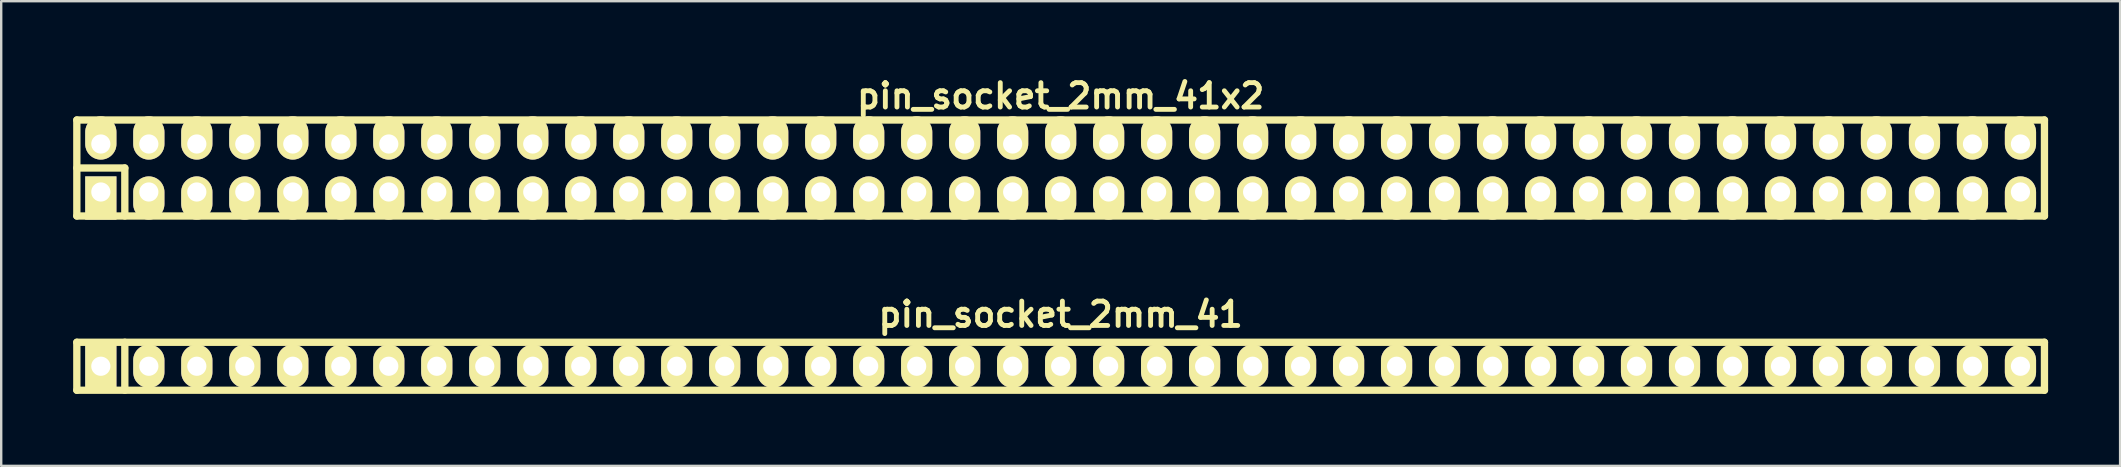
<source format=kicad_pcb>
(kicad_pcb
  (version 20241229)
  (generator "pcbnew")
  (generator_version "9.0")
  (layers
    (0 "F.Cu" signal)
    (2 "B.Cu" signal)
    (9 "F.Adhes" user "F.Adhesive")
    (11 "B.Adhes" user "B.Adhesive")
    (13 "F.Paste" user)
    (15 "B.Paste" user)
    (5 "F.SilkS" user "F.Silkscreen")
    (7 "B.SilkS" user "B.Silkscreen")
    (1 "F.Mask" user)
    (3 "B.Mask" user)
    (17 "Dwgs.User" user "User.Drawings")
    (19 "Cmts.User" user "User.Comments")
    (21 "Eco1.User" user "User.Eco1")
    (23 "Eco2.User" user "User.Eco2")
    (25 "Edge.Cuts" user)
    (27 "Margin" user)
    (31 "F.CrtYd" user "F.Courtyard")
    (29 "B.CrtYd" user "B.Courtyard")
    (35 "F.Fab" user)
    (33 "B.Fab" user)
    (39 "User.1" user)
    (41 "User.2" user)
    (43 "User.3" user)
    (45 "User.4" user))
  (footprint "pin_socket_2mm_41"
    (layer "F.Cu")
    (at 41.152 12.213)
    (property "Reference" "pin_socket_2mm_41" (at 0 -2.159 0) (layer "F.SilkS") (effects (font (size 1.016 1.016) (thickness 0.203))))
    (attr through_hole)
    (fp_line (start -41 -1) (end 41 -1) (stroke (width 0.305) (type solid)) (layer "F.SilkS"))
    (fp_line (start -41 1) (end -41 -1) (stroke (width 0.305) (type solid)) (layer "F.SilkS"))
    (fp_line (start -39 -1) (end -39 1) (stroke (width 0.305) (type solid)) (layer "F.SilkS"))
    (fp_line (start 41 -1) (end 41 1) (stroke (width 0.305) (type solid)) (layer "F.SilkS"))
    (fp_line (start 41 1) (end -41 1) (stroke (width 0.305) (type solid)) (layer "F.SilkS"))
    (pad "1" thru_hole rect (at -40 0) (size 1.3 1.8) (drill 0.8) (layers "*.Cu" "*.Mask" "F.SilkS"))
    (pad "2" thru_hole oval (at -38 0) (size 1.3 1.8) (drill 0.8) (layers "*.Cu" "*.Mask" "F.SilkS"))
    (pad "3" thru_hole oval (at -36 0) (size 1.3 1.8) (drill 0.8) (layers "*.Cu" "*.Mask" "F.SilkS"))
    (pad "4" thru_hole oval (at -34 0) (size 1.3 1.8) (drill 0.8) (layers "*.Cu" "*.Mask" "F.SilkS"))
    (pad "5" thru_hole oval (at -32 0) (size 1.3 1.8) (drill 0.8) (layers "*.Cu" "*.Mask" "F.SilkS"))
    (pad "6" thru_hole oval (at -30 0) (size 1.3 1.8) (drill 0.8) (layers "*.Cu" "*.Mask" "F.SilkS"))
    (pad "7" thru_hole oval (at -28 0) (size 1.3 1.8) (drill 0.8) (layers "*.Cu" "*.Mask" "F.SilkS"))
    (pad "8" thru_hole oval (at -26 0) (size 1.3 1.8) (drill 0.8) (layers "*.Cu" "*.Mask" "F.SilkS"))
    (pad "9" thru_hole oval (at -24 0) (size 1.3 1.8) (drill 0.8) (layers "*.Cu" "*.Mask" "F.SilkS"))
    (pad "10" thru_hole oval (at -22 0) (size 1.3 1.8) (drill 0.8) (layers "*.Cu" "*.Mask" "F.SilkS"))
    (pad "11" thru_hole oval (at -20 0) (size 1.3 1.8) (drill 0.8) (layers "*.Cu" "*.Mask" "F.SilkS"))
    (pad "12" thru_hole oval (at -18 0) (size 1.3 1.8) (drill 0.8) (layers "*.Cu" "*.Mask" "F.SilkS"))
    (pad "13" thru_hole oval (at -16 0) (size 1.3 1.8) (drill 0.8) (layers "*.Cu" "*.Mask" "F.SilkS"))
    (pad "14" thru_hole oval (at -14 0) (size 1.3 1.8) (drill 0.8) (layers "*.Cu" "*.Mask" "F.SilkS"))
    (pad "15" thru_hole oval (at -12 0) (size 1.3 1.8) (drill 0.8) (layers "*.Cu" "*.Mask" "F.SilkS"))
    (pad "16" thru_hole oval (at -10 0) (size 1.3 1.8) (drill 0.8) (layers "*.Cu" "*.Mask" "F.SilkS"))
    (pad "17" thru_hole oval (at -8 0) (size 1.3 1.8) (drill 0.8) (layers "*.Cu" "*.Mask" "F.SilkS"))
    (pad "18" thru_hole oval (at -6 0) (size 1.3 1.8) (drill 0.8) (layers "*.Cu" "*.Mask" "F.SilkS"))
    (pad "19" thru_hole oval (at -4 0) (size 1.3 1.8) (drill 0.8) (layers "*.Cu" "*.Mask" "F.SilkS"))
    (pad "20" thru_hole oval (at -2 0) (size 1.3 1.8) (drill 0.8) (layers "*.Cu" "*.Mask" "F.SilkS"))
    (pad "21" thru_hole oval (at 0 0) (size 1.3 1.8) (drill 0.8) (layers "*.Cu" "*.Mask" "F.SilkS"))
    (pad "22" thru_hole oval (at 2 0) (size 1.3 1.8) (drill 0.8) (layers "*.Cu" "*.Mask" "F.SilkS"))
    (pad "23" thru_hole oval (at 4 0) (size 1.3 1.8) (drill 0.8) (layers "*.Cu" "*.Mask" "F.SilkS"))
    (pad "24" thru_hole oval (at 6 0) (size 1.3 1.8) (drill 0.8) (layers "*.Cu" "*.Mask" "F.SilkS"))
    (pad "25" thru_hole oval (at 8 0) (size 1.3 1.8) (drill 0.8) (layers "*.Cu" "*.Mask" "F.SilkS"))
    (pad "26" thru_hole oval (at 10 0) (size 1.3 1.8) (drill 0.8) (layers "*.Cu" "*.Mask" "F.SilkS"))
    (pad "27" thru_hole oval (at 12 0) (size 1.3 1.8) (drill 0.8) (layers "*.Cu" "*.Mask" "F.SilkS"))
    (pad "28" thru_hole oval (at 14 0) (size 1.3 1.8) (drill 0.8) (layers "*.Cu" "*.Mask" "F.SilkS"))
    (pad "29" thru_hole oval (at 16 0) (size 1.3 1.8) (drill 0.8) (layers "*.Cu" "*.Mask" "F.SilkS"))
    (pad "30" thru_hole oval (at 18 0) (size 1.3 1.8) (drill 0.8) (layers "*.Cu" "*.Mask" "F.SilkS"))
    (pad "31" thru_hole oval (at 20 0) (size 1.3 1.8) (drill 0.8) (layers "*.Cu" "*.Mask" "F.SilkS"))
    (pad "32" thru_hole oval (at 22 0) (size 1.3 1.8) (drill 0.8) (layers "*.Cu" "*.Mask" "F.SilkS"))
    (pad "33" thru_hole oval (at 24 0) (size 1.3 1.8) (drill 0.8) (layers "*.Cu" "*.Mask" "F.SilkS"))
    (pad "34" thru_hole oval (at 26 0) (size 1.3 1.8) (drill 0.8) (layers "*.Cu" "*.Mask" "F.SilkS"))
    (pad "35" thru_hole oval (at 28 0) (size 1.3 1.8) (drill 0.8) (layers "*.Cu" "*.Mask" "F.SilkS"))
    (pad "36" thru_hole oval (at 30 0) (size 1.3 1.8) (drill 0.8) (layers "*.Cu" "*.Mask" "F.SilkS"))
    (pad "37" thru_hole oval (at 32 0) (size 1.3 1.8) (drill 0.8) (layers "*.Cu" "*.Mask" "F.SilkS"))
    (pad "38" thru_hole oval (at 34 0) (size 1.3 1.8) (drill 0.8) (layers "*.Cu" "*.Mask" "F.SilkS"))
    (pad "39" thru_hole oval (at 36 0) (size 1.3 1.8) (drill 0.8) (layers "*.Cu" "*.Mask" "F.SilkS"))
    (pad "40" thru_hole oval (at 38 0) (size 1.3 1.8) (drill 0.8) (layers "*.Cu" "*.Mask" "F.SilkS"))
    (pad "41" thru_hole oval (at 40 0) (size 1.3 1.8) (drill 0.8) (layers "*.Cu" "*.Mask" "F.SilkS")))
  (footprint "pin_socket_2mm_41x2"
    (layer "F.Cu")
    (at 41.152 3.951)
    (property "Reference" "pin_socket_2mm_41x2" (at 0 -3 0) (layer "F.SilkS") (effects (font (size 1.016 1.016) (thickness 0.203))))
    (attr through_hole)
    (fp_line (start -41 -2) (end 41 -2) (stroke (width 0.305) (type solid)) (layer "F.SilkS"))
    (fp_line (start -41 0) (end -39 0) (stroke (width 0.305) (type solid)) (layer "F.SilkS"))
    (fp_line (start -41 2) (end -41 -2) (stroke (width 0.305) (type solid)) (layer "F.SilkS"))
    (fp_line (start -39 0) (end -39 2) (stroke (width 0.305) (type solid)) (layer "F.SilkS"))
    (fp_line (start 41 -2) (end 41 2) (stroke (width 0.305) (type solid)) (layer "F.SilkS"))
    (fp_line (start 41 2) (end -41 2) (stroke (width 0.305) (type solid)) (layer "F.SilkS"))
    (pad "1" thru_hole rect (at -40 1) (size 1.3 1.8) (drill 0.8 (offset 0 0.25)) (layers "*.Cu" "*.Mask" "F.SilkS"))
    (pad "2" thru_hole oval (at -40 -1) (size 1.3 1.8) (drill 0.8 (offset 0 -0.25)) (layers "*.Cu" "*.Mask" "F.SilkS"))
    (pad "3" thru_hole oval (at -38 1) (size 1.3 1.8) (drill 0.8 (offset 0 0.25)) (layers "*.Cu" "*.Mask" "F.SilkS"))
    (pad "4" thru_hole oval (at -38 -1) (size 1.3 1.8) (drill 0.8 (offset 0 -0.25)) (layers "*.Cu" "*.Mask" "F.SilkS"))
    (pad "5" thru_hole oval (at -36 1) (size 1.3 1.8) (drill 0.8 (offset 0 0.25)) (layers "*.Cu" "*.Mask" "F.SilkS"))
    (pad "6" thru_hole oval (at -36 -1) (size 1.3 1.8) (drill 0.8 (offset 0 -0.25)) (layers "*.Cu" "*.Mask" "F.SilkS"))
    (pad "7" thru_hole oval (at -34 1) (size 1.3 1.8) (drill 0.8 (offset 0 0.25)) (layers "*.Cu" "*.Mask" "F.SilkS"))
    (pad "8" thru_hole oval (at -34 -1) (size 1.3 1.8) (drill 0.8 (offset 0 -0.25)) (layers "*.Cu" "*.Mask" "F.SilkS"))
    (pad "9" thru_hole oval (at -32 1) (size 1.3 1.8) (drill 0.8 (offset 0 0.25)) (layers "*.Cu" "*.Mask" "F.SilkS"))
    (pad "10" thru_hole oval (at -32 -1) (size 1.3 1.8) (drill 0.8 (offset 0 -0.25)) (layers "*.Cu" "*.Mask" "F.SilkS"))
    (pad "11" thru_hole oval (at -30 1) (size 1.3 1.8) (drill 0.8 (offset 0 0.25)) (layers "*.Cu" "*.Mask" "F.SilkS"))
    (pad "12" thru_hole oval (at -30 -1) (size 1.3 1.8) (drill 0.8 (offset 0 -0.25)) (layers "*.Cu" "*.Mask" "F.SilkS"))
    (pad "13" thru_hole oval (at -28 1) (size 1.3 1.8) (drill 0.8 (offset 0 0.25)) (layers "*.Cu" "*.Mask" "F.SilkS"))
    (pad "14" thru_hole oval (at -28 -1) (size 1.3 1.8) (drill 0.8 (offset 0 -0.25)) (layers "*.Cu" "*.Mask" "F.SilkS"))
    (pad "15" thru_hole oval (at -26 1) (size 1.3 1.8) (drill 0.8 (offset 0 0.25)) (layers "*.Cu" "*.Mask" "F.SilkS"))
    (pad "16" thru_hole oval (at -26 -1) (size 1.3 1.8) (drill 0.8 (offset 0 -0.25)) (layers "*.Cu" "*.Mask" "F.SilkS"))
    (pad "17" thru_hole oval (at -24 1) (size 1.3 1.8) (drill 0.8 (offset 0 0.25)) (layers "*.Cu" "*.Mask" "F.SilkS"))
    (pad "18" thru_hole oval (at -24 -1) (size 1.3 1.8) (drill 0.8 (offset 0 -0.25)) (layers "*.Cu" "*.Mask" "F.SilkS"))
    (pad "19" thru_hole oval (at -22 1) (size 1.3 1.8) (drill 0.8 (offset 0 0.25)) (layers "*.Cu" "*.Mask" "F.SilkS"))
    (pad "20" thru_hole oval (at -22 -1) (size 1.3 1.8) (drill 0.8 (offset 0 -0.25)) (layers "*.Cu" "*.Mask" "F.SilkS"))
    (pad "21" thru_hole oval (at -20 1) (size 1.3 1.8) (drill 0.8 (offset 0 0.25)) (layers "*.Cu" "*.Mask" "F.SilkS"))
    (pad "22" thru_hole oval (at -20 -1) (size 1.3 1.8) (drill 0.8 (offset 0 -0.25)) (layers "*.Cu" "*.Mask" "F.SilkS"))
    (pad "23" thru_hole oval (at -18 1) (size 1.3 1.8) (drill 0.8 (offset 0 0.25)) (layers "*.Cu" "*.Mask" "F.SilkS"))
    (pad "24" thru_hole oval (at -18 -1) (size 1.3 1.8) (drill 0.8 (offset 0 -0.25)) (layers "*.Cu" "*.Mask" "F.SilkS"))
    (pad "25" thru_hole oval (at -16 1) (size 1.3 1.8) (drill 0.8 (offset 0 0.25)) (layers "*.Cu" "*.Mask" "F.SilkS"))
    (pad "26" thru_hole oval (at -16 -1) (size 1.3 1.8) (drill 0.8 (offset 0 -0.25)) (layers "*.Cu" "*.Mask" "F.SilkS"))
    (pad "27" thru_hole oval (at -14 1) (size 1.3 1.8) (drill 0.8 (offset 0 0.25)) (layers "*.Cu" "*.Mask" "F.SilkS"))
    (pad "28" thru_hole oval (at -14 -1) (size 1.3 1.8) (drill 0.8 (offset 0 -0.25)) (layers "*.Cu" "*.Mask" "F.SilkS"))
    (pad "29" thru_hole oval (at -12 1) (size 1.3 1.8) (drill 0.8 (offset 0 0.25)) (layers "*.Cu" "*.Mask" "F.SilkS"))
    (pad "30" thru_hole oval (at -12 -1) (size 1.3 1.8) (drill 0.8 (offset 0 -0.25)) (layers "*.Cu" "*.Mask" "F.SilkS"))
    (pad "31" thru_hole oval (at -10 1) (size 1.3 1.8) (drill 0.8 (offset 0 0.25)) (layers "*.Cu" "*.Mask" "F.SilkS"))
    (pad "32" thru_hole oval (at -10 -1) (size 1.3 1.8) (drill 0.8 (offset 0 -0.25)) (layers "*.Cu" "*.Mask" "F.SilkS"))
    (pad "33" thru_hole oval (at -8 1) (size 1.3 1.8) (drill 0.8 (offset 0 0.25)) (layers "*.Cu" "*.Mask" "F.SilkS"))
    (pad "34" thru_hole oval (at -8 -1) (size 1.3 1.8) (drill 0.8 (offset 0 -0.25)) (layers "*.Cu" "*.Mask" "F.SilkS"))
    (pad "35" thru_hole oval (at -6 1) (size 1.3 1.8) (drill 0.8 (offset 0 0.25)) (layers "*.Cu" "*.Mask" "F.SilkS"))
    (pad "36" thru_hole oval (at -6 -1) (size 1.3 1.8) (drill 0.8 (offset 0 -0.25)) (layers "*.Cu" "*.Mask" "F.SilkS"))
    (pad "37" thru_hole oval (at -4 1) (size 1.3 1.8) (drill 0.8 (offset 0 0.25)) (layers "*.Cu" "*.Mask" "F.SilkS"))
    (pad "38" thru_hole oval (at -4 -1) (size 1.3 1.8) (drill 0.8 (offset 0 -0.25)) (layers "*.Cu" "*.Mask" "F.SilkS"))
    (pad "39" thru_hole oval (at -2 1) (size 1.3 1.8) (drill 0.8 (offset 0 0.25)) (layers "*.Cu" "*.Mask" "F.SilkS"))
    (pad "40" thru_hole oval (at -2 -1) (size 1.3 1.8) (drill 0.8 (offset 0 -0.25)) (layers "*.Cu" "*.Mask" "F.SilkS"))
    (pad "41" thru_hole oval (at 0 1) (size 1.3 1.8) (drill 0.8 (offset 0 0.25)) (layers "*.Cu" "*.Mask" "F.SilkS"))
    (pad "42" thru_hole oval (at 0 -1) (size 1.3 1.8) (drill 0.8 (offset 0 -0.25)) (layers "*.Cu" "*.Mask" "F.SilkS"))
    (pad "43" thru_hole oval (at 2 1) (size 1.3 1.8) (drill 0.8 (offset 0 0.25)) (layers "*.Cu" "*.Mask" "F.SilkS"))
    (pad "44" thru_hole oval (at 2 -1) (size 1.3 1.8) (drill 0.8 (offset 0 -0.25)) (layers "*.Cu" "*.Mask" "F.SilkS"))
    (pad "45" thru_hole oval (at 4 1) (size 1.3 1.8) (drill 0.8 (offset 0 0.25)) (layers "*.Cu" "*.Mask" "F.SilkS"))
    (pad "46" thru_hole oval (at 4 -1) (size 1.3 1.8) (drill 0.8 (offset 0 -0.25)) (layers "*.Cu" "*.Mask" "F.SilkS"))
    (pad "47" thru_hole oval (at 6 1) (size 1.3 1.8) (drill 0.8 (offset 0 0.25)) (layers "*.Cu" "*.Mask" "F.SilkS"))
    (pad "48" thru_hole oval (at 6 -1) (size 1.3 1.8) (drill 0.8 (offset 0 -0.25)) (layers "*.Cu" "*.Mask" "F.SilkS"))
    (pad "49" thru_hole oval (at 8 1) (size 1.3 1.8) (drill 0.8 (offset 0 0.25)) (layers "*.Cu" "*.Mask" "F.SilkS"))
    (pad "50" thru_hole oval (at 8 -1) (size 1.3 1.8) (drill 0.8 (offset 0 -0.25)) (layers "*.Cu" "*.Mask" "F.SilkS"))
    (pad "51" thru_hole oval (at 10 1) (size 1.3 1.8) (drill 0.8 (offset 0 0.25)) (layers "*.Cu" "*.Mask" "F.SilkS"))
    (pad "52" thru_hole oval (at 10 -1) (size 1.3 1.8) (drill 0.8 (offset 0 -0.25)) (layers "*.Cu" "*.Mask" "F.SilkS"))
    (pad "53" thru_hole oval (at 12 1) (size 1.3 1.8) (drill 0.8 (offset 0 0.25)) (layers "*.Cu" "*.Mask" "F.SilkS"))
    (pad "54" thru_hole oval (at 12 -1) (size 1.3 1.8) (drill 0.8 (offset 0 -0.25)) (layers "*.Cu" "*.Mask" "F.SilkS"))
    (pad "55" thru_hole oval (at 14 1) (size 1.3 1.8) (drill 0.8 (offset 0 0.25)) (layers "*.Cu" "*.Mask" "F.SilkS"))
    (pad "56" thru_hole oval (at 14 -1) (size 1.3 1.8) (drill 0.8 (offset 0 -0.25)) (layers "*.Cu" "*.Mask" "F.SilkS"))
    (pad "57" thru_hole oval (at 16 1) (size 1.3 1.8) (drill 0.8 (offset 0 0.25)) (layers "*.Cu" "*.Mask" "F.SilkS"))
    (pad "58" thru_hole oval (at 16 -1) (size 1.3 1.8) (drill 0.8 (offset 0 -0.25)) (layers "*.Cu" "*.Mask" "F.SilkS"))
    (pad "59" thru_hole oval (at 18 1) (size 1.3 1.8) (drill 0.8 (offset 0 0.25)) (layers "*.Cu" "*.Mask" "F.SilkS"))
    (pad "60" thru_hole oval (at 18 -1) (size 1.3 1.8) (drill 0.8 (offset 0 -0.25)) (layers "*.Cu" "*.Mask" "F.SilkS"))
    (pad "61" thru_hole oval (at 20 1) (size 1.3 1.8) (drill 0.8 (offset 0 0.25)) (layers "*.Cu" "*.Mask" "F.SilkS"))
    (pad "62" thru_hole oval (at 20 -1) (size 1.3 1.8) (drill 0.8 (offset 0 -0.25)) (layers "*.Cu" "*.Mask" "F.SilkS"))
    (pad "63" thru_hole oval (at 22 1) (size 1.3 1.8) (drill 0.8 (offset 0 0.25)) (layers "*.Cu" "*.Mask" "F.SilkS"))
    (pad "64" thru_hole oval (at 22 -1) (size 1.3 1.8) (drill 0.8 (offset 0 -0.25)) (layers "*.Cu" "*.Mask" "F.SilkS"))
    (pad "65" thru_hole oval (at 24 1) (size 1.3 1.8) (drill 0.8 (offset 0 0.25)) (layers "*.Cu" "*.Mask" "F.SilkS"))
    (pad "66" thru_hole oval (at 24 -1) (size 1.3 1.8) (drill 0.8 (offset 0 -0.25)) (layers "*.Cu" "*.Mask" "F.SilkS"))
    (pad "67" thru_hole oval (at 26 1) (size 1.3 1.8) (drill 0.8 (offset 0 0.25)) (layers "*.Cu" "*.Mask" "F.SilkS"))
    (pad "68" thru_hole oval (at 26 -1) (size 1.3 1.8) (drill 0.8 (offset 0 -0.25)) (layers "*.Cu" "*.Mask" "F.SilkS"))
    (pad "69" thru_hole oval (at 28 1) (size 1.3 1.8) (drill 0.8 (offset 0 0.25)) (layers "*.Cu" "*.Mask" "F.SilkS"))
    (pad "70" thru_hole oval (at 28 -1) (size 1.3 1.8) (drill 0.8 (offset 0 -0.25)) (layers "*.Cu" "*.Mask" "F.SilkS"))
    (pad "71" thru_hole oval (at 30 1) (size 1.3 1.8) (drill 0.8 (offset 0 0.25)) (layers "*.Cu" "*.Mask" "F.SilkS"))
    (pad "72" thru_hole oval (at 30 -1) (size 1.3 1.8) (drill 0.8 (offset 0 -0.25)) (layers "*.Cu" "*.Mask" "F.SilkS"))
    (pad "73" thru_hole oval (at 32 1) (size 1.3 1.8) (drill 0.8 (offset 0 0.25)) (layers "*.Cu" "*.Mask" "F.SilkS"))
    (pad "74" thru_hole oval (at 32 -1) (size 1.3 1.8) (drill 0.8 (offset 0 -0.25)) (layers "*.Cu" "*.Mask" "F.SilkS"))
    (pad "75" thru_hole oval (at 34 1) (size 1.3 1.8) (drill 0.8 (offset 0 0.25)) (layers "*.Cu" "*.Mask" "F.SilkS"))
    (pad "76" thru_hole oval (at 34 -1) (size 1.3 1.8) (drill 0.8 (offset 0 -0.25)) (layers "*.Cu" "*.Mask" "F.SilkS"))
    (pad "77" thru_hole oval (at 36 1) (size 1.3 1.8) (drill 0.8 (offset 0 0.25)) (layers "*.Cu" "*.Mask" "F.SilkS"))
    (pad "78" thru_hole oval (at 36 -1) (size 1.3 1.8) (drill 0.8 (offset 0 -0.25)) (layers "*.Cu" "*.Mask" "F.SilkS"))
    (pad "79" thru_hole oval (at 38 1) (size 1.3 1.8) (drill 0.8 (offset 0 0.25)) (layers "*.Cu" "*.Mask" "F.SilkS"))
    (pad "80" thru_hole oval (at 38 -1) (size 1.3 1.8) (drill 0.8 (offset 0 -0.25)) (layers "*.Cu" "*.Mask" "F.SilkS"))
    (pad "81" thru_hole oval (at 40 1) (size 1.3 1.8) (drill 0.8 (offset 0 0.25)) (layers "*.Cu" "*.Mask" "F.SilkS"))
    (pad "82" thru_hole oval (at 40 -1) (size 1.3 1.8) (drill 0.8 (offset 0 -0.25)) (layers "*.Cu" "*.Mask" "F.SilkS")))
  (gr_rect
    (start -3 -3)
    (end 85.305 16.366)
    (stroke (width 0.1) (type default))
    (fill no)
    (layer "Edge.Cuts")))
</source>
